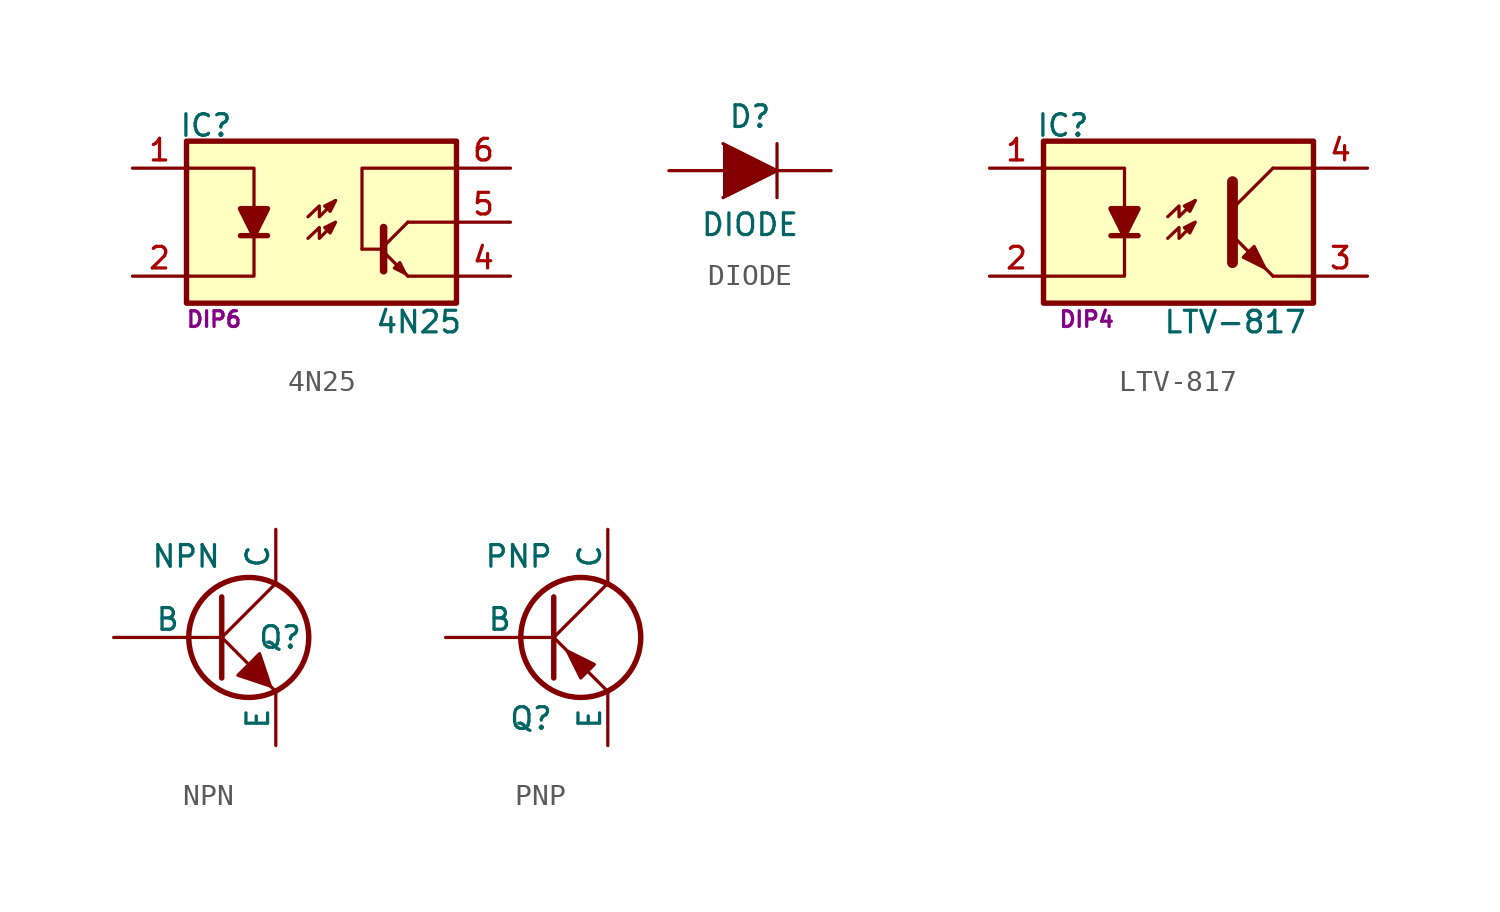
<source format=kicad_sym>
(kicad_symbol_lib
  (version 20211014)
  (generator kicad_symbol_editor)
  (symbol "4N25"
    (pin_names
      (offset 1.016))
    (property "Reference" "IC"
      (at -5.436 4.547 0)
      (effects (font (size 1.016 1.016))))
    (property "Value" "4N25"
      (at 4.572 -4.699 0)
      (effects (font (size 1.016 1.016))))
    (property "Footprint" "DIP6"
      (at -5.055 -4.572 0)
      (effects (font (size 0.737 0.737))))
    (property "Datasheet" ""
      (at 0 0 0)
      (effects (font (size 1.524 1.524))))
    (symbol "4N25_0_1"
      (rectangle (start -6.35 3.81) (end 6.35 -3.81) (stroke (width 0.254) (type default) (color 0 0 0 0)) (fill (type background)))
      (polyline (pts (xy -3.81 -0.635) (xy -2.54 -0.635)) (stroke (width 0.254) (type default) (color 0 0 0 0)) (fill (type none)))
      (polyline (pts (xy 2.921 -1.397) (xy 4.064 -2.54)) (stroke (width 0) (type default) (color 0 0 0 0)) (fill (type none)))
      (polyline (pts (xy 2.921 -1.27) (xy 1.905 -1.27)) (stroke (width 0) (type default) (color 0 0 0 0)) (fill (type none)))
      (polyline (pts (xy 2.921 -1.143) (xy 4.064 0)) (stroke (width 0) (type default) (color 0 0 0 0)) (fill (type none)))
      (polyline (pts (xy 4.064 -2.54) (xy 6.35 -2.54)) (stroke (width 0) (type default) (color 0 0 0 0)) (fill (type none)))
      (polyline (pts (xy 6.223 0) (xy 4.064 0)) (stroke (width 0) (type default) (color 0 0 0 0)) (fill (type none)))
      (polyline (pts (xy -6.35 2.54) (xy -3.175 2.54) (xy -3.175 0.635)) (stroke (width 0) (type default) (color 0 0 0 0)) (fill (type none)))
      (polyline (pts (xy -3.175 -0.635) (xy -3.175 -2.54) (xy -6.35 -2.54)) (stroke (width 0) (type default) (color 0 0 0 0)) (fill (type none)))
      (polyline (pts (xy 1.905 -1.27) (xy 1.905 2.54) (xy 6.35 2.54)) (stroke (width 0) (type default) (color 0 0 0 0)) (fill (type none)))
      (polyline (pts (xy 2.921 -0.254) (xy 2.921 -2.286) (xy 2.921 -2.286)) (stroke (width 0.356) (type default) (color 0 0 0 0)) (fill (type none)))
      (polyline (pts (xy -3.175 -0.635) (xy -3.81 0.635) (xy -2.54 0.635) (xy -3.175 -0.635)) (stroke (width 0.254) (type default) (color 0 0 0 0)) (fill (type outline)))
      (polyline (pts (xy -0.635 0.254) (xy -0.102 0.762) (xy -0.102 0.254) (xy 0.66 1.016)) (stroke (width 0) (type default) (color 0 0 0 0)) (fill (type none)))
      (polyline (pts (xy 0.66 1.016) (xy 0.152 0.762) (xy 0.406 0.508) (xy 0.66 1.016)) (stroke (width 0) (type default) (color 0 0 0 0)) (fill (type none)))
      (polyline (pts (xy 3.937 -2.413) (xy 3.683 -1.905) (xy 3.429 -2.159) (xy 3.937 -2.413)) (stroke (width 0) (type default) (color 0 0 0 0)) (fill (type none)))
      (polyline (pts (xy -0.635 -0.762) (xy -0.102 -0.254) (xy -0.102 -0.762) (xy 0.66 0) (xy 0.152 -0.254) (xy 0.406 -0.508) (xy 0.66 0)) (stroke (width 0) (type default) (color 0 0 0 0)) (fill (type none))))
    (symbol "4N25_1_1"
      (pin passive line (at -8.89 2.54 0) (length 2.54) (name "~" (effects (font (size 1.016 1.016)))) (number "1" (effects (font (size 1.016 1.016)))))
      (pin passive line (at -8.89 -2.54 0) (length 2.54) (name "~" (effects (font (size 1.016 1.016)))) (number "2" (effects (font (size 1.016 1.016)))))
      (pin passive line (at 8.89 -2.54 180) (length 2.54) (name "~" (effects (font (size 1.016 1.016)))) (number "4" (effects (font (size 1.016 1.016)))))
      (pin passive line (at 8.89 0 180) (length 2.54) (name "~" (effects (font (size 1.016 1.016)))) (number "5" (effects (font (size 1.016 1.016)))))
      (pin passive line (at 8.89 2.54 180) (length 2.54) (name "~" (effects (font (size 1.016 1.016)))) (number "6" (effects (font (size 1.016 1.016)))))))
  (symbol "DIODE"
    (pin_numbers hide)
    (pin_names
      (offset 1.016) hide)
    (property "Reference" "D"
      (at 0 2.54 0)
      (effects (font (size 1.016 1.016))))
    (property "Value" "DIODE"
      (at 0 -2.54 0)
      (effects (font (size 1.016 1.016))))
    (property "Footprint" ""
      (at 0 0 0)
      (effects (font (size 1.524 1.524))))
    (property "Datasheet" ""
      (at 0 0 0)
      (effects (font (size 1.524 1.524))))
    (symbol "DIODE_0_1"
      (polyline (pts (xy 1.27 1.27) (xy 1.27 -1.27)) (stroke (width 0.152) (type default) (color 0 0 0 0)) (fill (type none)))
      (polyline (pts (xy -1.27 1.27) (xy 1.27 0) (xy -1.27 -1.27)) (stroke (width 0) (type default) (color 0 0 0 0)) (fill (type outline))))
    (symbol "DIODE_1_1"
      (pin passive line (at -3.81 0 0) (length 2.54) (name "A" (effects (font (size 1.016 1.016)))) (number "1" (effects (font (size 1.016 1.016)))))
      (pin passive line (at 3.81 0 180) (length 2.54) (name "K" (effects (font (size 1.016 1.016)))) (number "2" (effects (font (size 1.016 1.016)))))))
  (symbol "LTV-817"
    (pin_names
      (offset 1.016))
    (property "Reference" "IC"
      (at -5.436 4.547 0)
      (effects (font (size 1.016 1.016))))
    (property "Value" "LTV-817"
      (at 2.667 -4.699 0)
      (effects (font (size 1.016 1.016))))
    (property "Footprint" "DIP4"
      (at -4.318 -4.572 0)
      (effects (font (size 0.737 0.737))))
    (property "Datasheet" ""
      (at 0 0 0)
      (effects (font (size 1.524 1.524))))
    (symbol "LTV-817_0_1"
      (rectangle (start -6.35 3.81) (end 6.35 -3.81) (stroke (width 0.254) (type default) (color 0 0 0 0)) (fill (type background)))
      (polyline (pts (xy -3.175 -0.635) (xy -1.905 -0.635)) (stroke (width 0.254) (type default) (color 0 0 0 0)) (fill (type none)))
      (polyline (pts (xy 2.54 0.635) (xy 4.445 2.54)) (stroke (width 0) (type default) (color 0 0 0 0)) (fill (type none)))
      (polyline (pts (xy 4.445 -2.54) (xy 2.54 -0.635)) (stroke (width 0) (type default) (color 0 0 0 0)) (fill (type outline)))
      (polyline (pts (xy 4.445 -2.54) (xy 6.35 -2.54)) (stroke (width 0) (type default) (color 0 0 0 0)) (fill (type none)))
      (polyline (pts (xy 4.445 2.54) (xy 6.35 2.54)) (stroke (width 0) (type default) (color 0 0 0 0)) (fill (type none)))
      (polyline (pts (xy -6.35 2.54) (xy -2.54 2.54) (xy -2.54 0.635)) (stroke (width 0) (type default) (color 0 0 0 0)) (fill (type none)))
      (polyline (pts (xy -2.54 -0.635) (xy -2.54 -2.54) (xy -6.35 -2.54)) (stroke (width 0) (type default) (color 0 0 0 0)) (fill (type none)))
      (polyline (pts (xy 2.54 1.905) (xy 2.54 -1.905) (xy 2.54 -1.905)) (stroke (width 0.508) (type default) (color 0 0 0 0)) (fill (type none)))
      (polyline (pts (xy -2.54 -0.635) (xy -3.175 0.635) (xy -1.905 0.635) (xy -2.54 -0.635)) (stroke (width 0.254) (type default) (color 0 0 0 0)) (fill (type outline)))
      (polyline (pts (xy -0.508 0.254) (xy 0.025 0.762) (xy 0.025 0.254) (xy 0.787 1.016)) (stroke (width 0) (type default) (color 0 0 0 0)) (fill (type none)))
      (polyline (pts (xy 0.787 1.016) (xy 0.279 0.762) (xy 0.533 0.508) (xy 0.787 1.016)) (stroke (width 0) (type default) (color 0 0 0 0)) (fill (type none)))
      (polyline (pts (xy 3.048 -1.651) (xy 3.556 -1.143) (xy 4.064 -2.159) (xy 3.048 -1.651) (xy 3.048 -1.651)) (stroke (width 0) (type default) (color 0 0 0 0)) (fill (type outline)))
      (polyline (pts (xy -0.508 -0.762) (xy 0.025 -0.254) (xy 0.025 -0.762) (xy 0.787 0) (xy 0.279 -0.254) (xy 0.533 -0.508) (xy 0.787 0)) (stroke (width 0) (type default) (color 0 0 0 0)) (fill (type none))))
    (symbol "LTV-817_1_1"
      (pin passive line (at -8.89 2.54 0) (length 2.54) (name "~" (effects (font (size 1.016 1.016)))) (number "1" (effects (font (size 1.016 1.016)))))
      (pin passive line (at -8.89 -2.54 0) (length 2.54) (name "~" (effects (font (size 1.016 1.016)))) (number "2" (effects (font (size 1.016 1.016)))))
      (pin passive line (at 8.89 -2.54 180) (length 2.54) (name "~" (effects (font (size 1.016 1.016)))) (number "3" (effects (font (size 1.016 1.016)))))
      (pin passive line (at 8.89 2.54 180) (length 2.54) (name "~" (effects (font (size 1.016 1.016)))) (number "4" (effects (font (size 1.016 1.016)))))))
  (symbol "NPN"
    (pin_numbers hide)
    (pin_names
      (offset 0))
    (property "Reference" "Q"
      (at 3.81 0 0)
      (effects (font (size 1.016 1.016)) (justify right)))
    (property "Value" "NPN"
      (at 0 3.81 0)
      (effects (font (size 1.016 1.016)) (justify right)))
    (property "Footprint" ""
      (at 0 0 0)
      (effects (font (size 1.524 1.524))))
    (property "Datasheet" ""
      (at 0 0 0)
      (effects (font (size 1.524 1.524))))
    (symbol "NPN_0_1"
      (polyline (pts (xy 0 0) (xy 2.54 2.54)) (stroke (width 0) (type default) (color 0 0 0 0)) (fill (type none)))
      (polyline (pts (xy 0 1.905) (xy 0 -1.905) (xy 0 -1.905)) (stroke (width 0.254) (type default) (color 0 0 0 0)) (fill (type none)))
      (polyline (pts (xy 1.27 -1.27) (xy 0 0) (xy 0 0)) (stroke (width 0) (type default) (color 0 0 0 0)) (fill (type none)))
      (polyline (pts (xy 2.286 -2.286) (xy 2.54 -2.54) (xy 2.54 -2.54)) (stroke (width 0) (type default) (color 0 0 0 0)) (fill (type none)))
      (polyline (pts (xy 2.286 -2.286) (xy 1.778 -0.762) (xy 0.762 -1.778) (xy 2.286 -2.286) (xy 2.286 -2.286)) (stroke (width 0) (type default) (color 0 0 0 0)) (fill (type outline)))
      (circle (center 1.27 0) (radius 2.819) (stroke (width 0.254) (type default) (color 0 0 0 0)) (fill (type none))))
    (symbol "NPN_1_1"
      (pin input line (at -5.08 0 0) (length 5.08) (name "B" (effects (font (size 1.016 1.016)))) (number "B" (effects (font (size 1.016 1.016)))))
      (pin passive line (at 2.54 5.08 270) (length 2.54) (name "C" (effects (font (size 1.016 1.016)))) (number "C" (effects (font (size 1.016 1.016)))))
      (pin passive line (at 2.54 -5.08 90) (length 2.54) (name "E" (effects (font (size 1.016 1.016)))) (number "E" (effects (font (size 1.016 1.016)))))))
  (symbol "PNP"
    (pin_numbers hide)
    (pin_names
      (offset 0))
    (property "Reference" "Q"
      (at 0 -3.81 0)
      (effects (font (size 1.016 1.016)) (justify right)))
    (property "Value" "PNP"
      (at 0 3.81 0)
      (effects (font (size 1.016 1.016)) (justify right)))
    (property "Footprint" ""
      (at 0 0 0)
      (effects (font (size 1.524 1.524))))
    (property "Datasheet" ""
      (at 0 0 0)
      (effects (font (size 1.524 1.524))))
    (symbol "PNP_0_1"
      (polyline (pts (xy 0 0) (xy 2.54 2.54)) (stroke (width 0) (type default) (color 0 0 0 0)) (fill (type none)))
      (polyline (pts (xy 0 1.905) (xy 0 -1.905) (xy 0 -1.905)) (stroke (width 0.254) (type default) (color 0 0 0 0)) (fill (type outline)))
      (polyline (pts (xy 0.635 -0.635) (xy 0 0) (xy 0 0)) (stroke (width 0) (type default) (color 0 0 0 0)) (fill (type none)))
      (polyline (pts (xy 2.54 -2.54) (xy 1.651 -1.651) (xy 1.651 -1.651)) (stroke (width 0) (type default) (color 0 0 0 0)) (fill (type none)))
      (polyline (pts (xy 0.635 -0.635) (xy 1.27 -1.905) (xy 1.905 -1.27) (xy 0.635 -0.635) (xy 0.635 -0.635)) (stroke (width 0) (type default) (color 0 0 0 0)) (fill (type outline)))
      (circle (center 1.27 0) (radius 2.819) (stroke (width 0.254) (type default) (color 0 0 0 0)) (fill (type none))))
    (symbol "PNP_1_1"
      (pin passive line (at 2.54 -5.08 90) (length 2.54) (name "E" (effects (font (size 1.016 1.016)))) (number "1" (effects (font (size 1.016 1.016)))))
      (pin input line (at -5.08 0 0) (length 5.08) (name "B" (effects (font (size 1.016 1.016)))) (number "2" (effects (font (size 1.016 1.016)))))
      (pin passive line (at 2.54 5.08 270) (length 2.54) (name "C" (effects (font (size 1.016 1.016)))) (number "3" (effects (font (size 1.016 1.016))))))))
</source>
